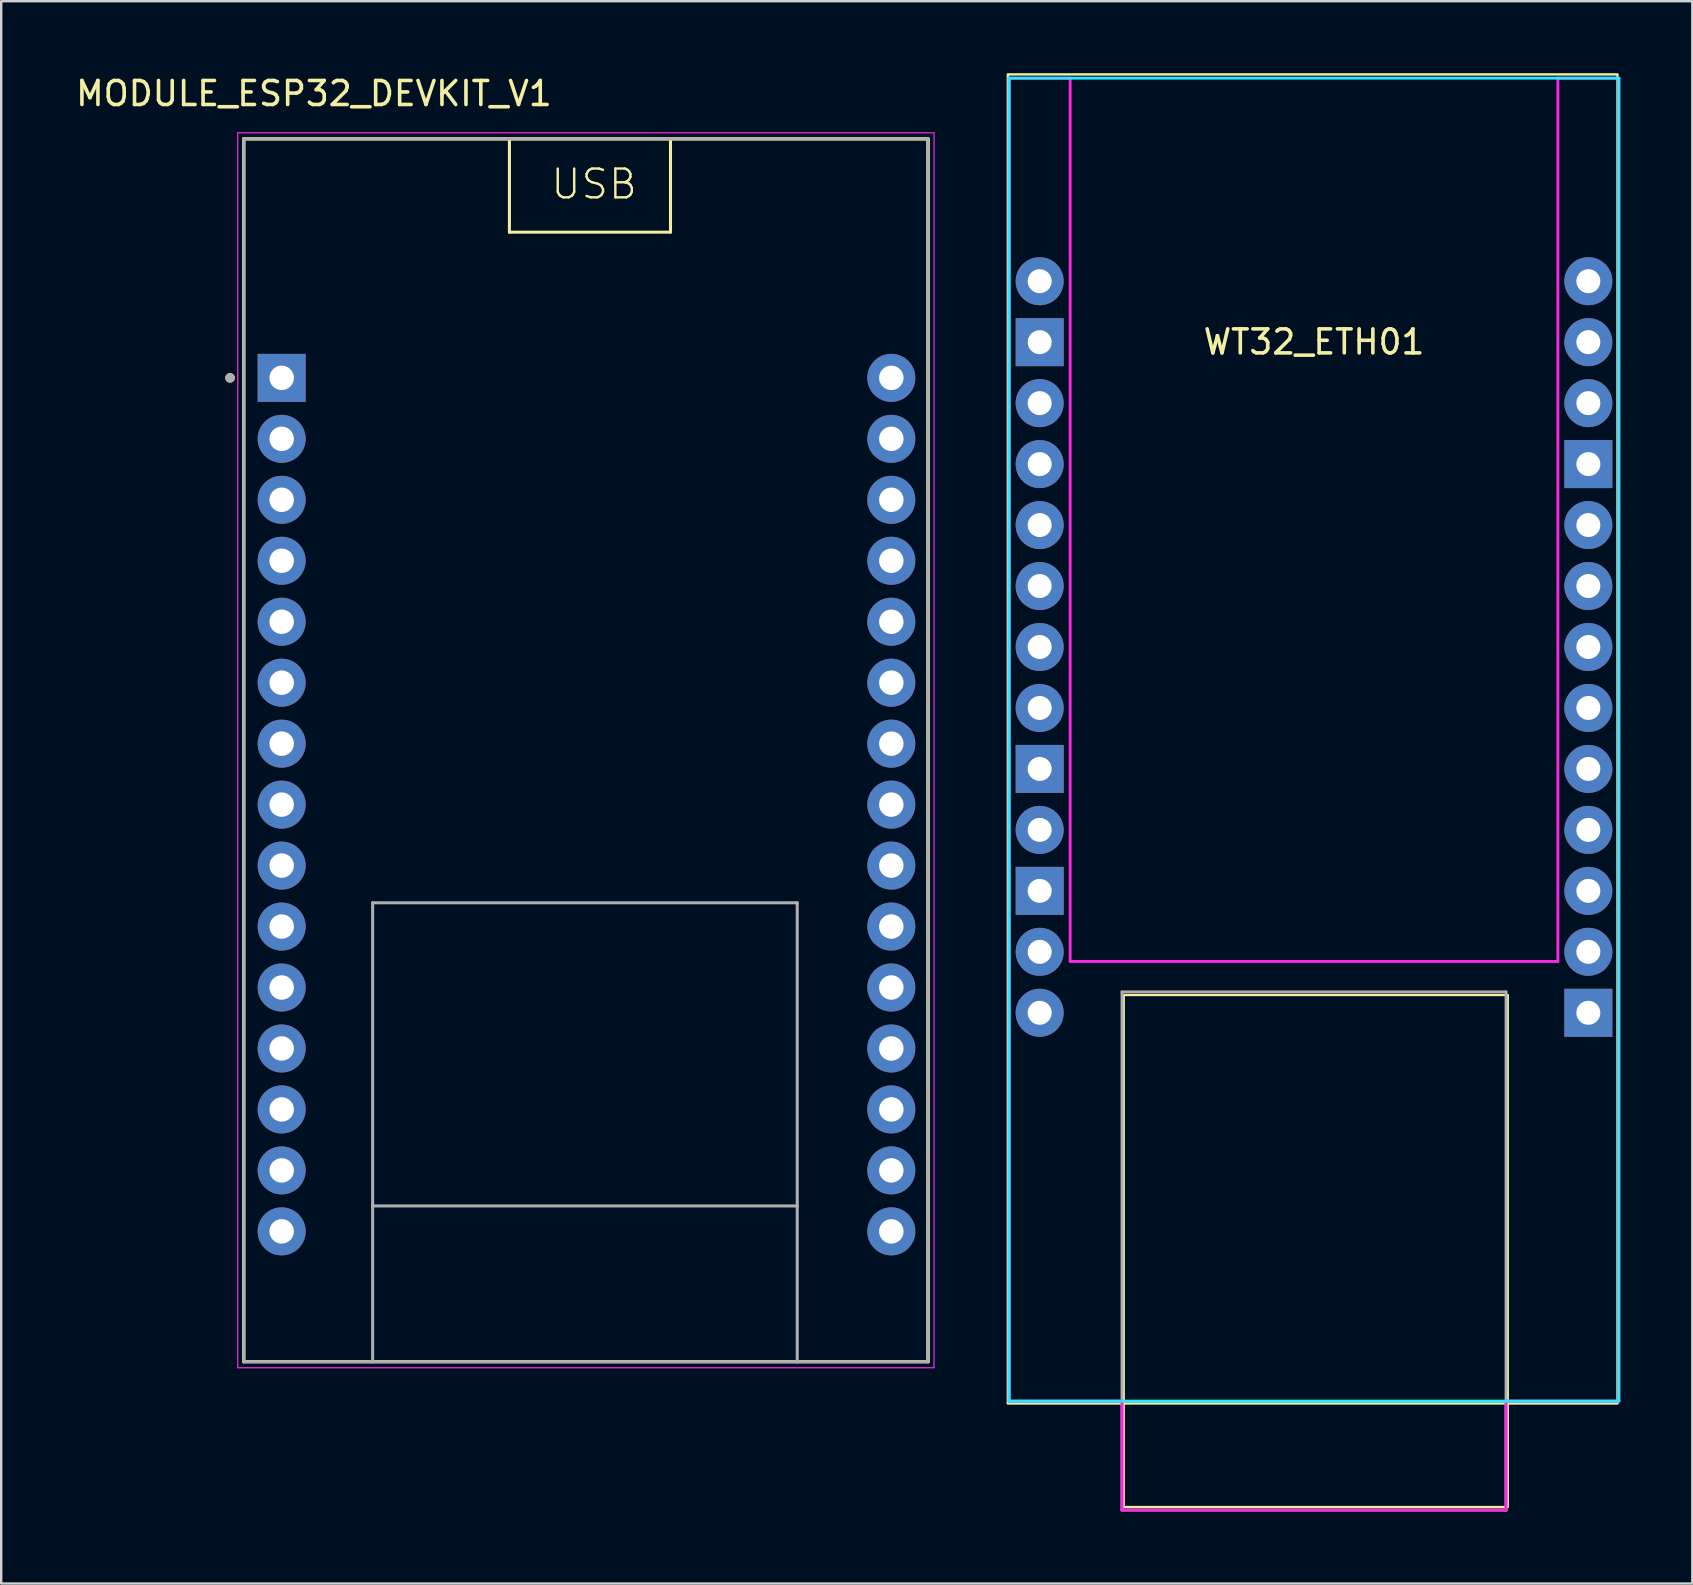
<source format=kicad_pcb>
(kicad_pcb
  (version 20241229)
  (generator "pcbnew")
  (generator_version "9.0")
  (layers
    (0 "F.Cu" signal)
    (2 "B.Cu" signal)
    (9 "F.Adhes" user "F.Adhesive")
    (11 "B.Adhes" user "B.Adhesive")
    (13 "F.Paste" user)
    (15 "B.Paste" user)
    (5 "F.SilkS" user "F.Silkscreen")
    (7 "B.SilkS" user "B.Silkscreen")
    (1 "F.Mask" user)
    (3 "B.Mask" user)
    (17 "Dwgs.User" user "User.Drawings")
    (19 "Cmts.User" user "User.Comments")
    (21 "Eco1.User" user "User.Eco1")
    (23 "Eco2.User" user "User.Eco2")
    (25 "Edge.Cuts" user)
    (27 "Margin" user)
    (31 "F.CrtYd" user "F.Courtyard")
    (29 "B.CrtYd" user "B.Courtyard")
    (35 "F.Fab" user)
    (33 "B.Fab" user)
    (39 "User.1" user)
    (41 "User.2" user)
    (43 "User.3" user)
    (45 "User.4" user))
  (footprint "MODULE_ESP32_DEVKIT_V1"
    (layer "F.Cu")
    (at 21.385 28.208)
    (property "Reference" "MODULE_ESP32_DEVKIT_V1" (at -11.355 -27.36 0) (layer "F.SilkS") (effects (font (size 1 1) (thickness 0.15))))
    (attr through_hole)
    (fp_line (start -14.28 -25.475) (end -3.211 -25.475) (stroke (width 0.127) (type solid)) (layer "F.SilkS"))
    (fp_line (start -14.28 -25.475) (end 14.23 -25.475) (stroke (width 0.127) (type solid)) (layer "F.SilkS"))
    (fp_line (start -14.28 25.475) (end -14.28 -25.475) (stroke (width 0.127) (type solid)) (layer "F.SilkS"))
    (fp_line (start -14.28 25.475) (end -14.28 -25.475) (stroke (width 0.127) (type solid)) (layer "F.SilkS"))
    (fp_line (start -14.28 25.475) (end -8.91 25.475) (stroke (width 0.127) (type solid)) (layer "F.SilkS"))
    (fp_line (start -8.91 25.475) (end 8.78 25.475) (stroke (width 0.127) (type solid)) (layer "F.SilkS"))
    (fp_line (start -3.211 -25.475) (end 3.5 -25.475) (stroke (width 0.127) (type solid)) (layer "F.SilkS"))
    (fp_line (start -3.211 -21.585) (end -3.211 -25.475) (stroke (width 0.127) (type solid)) (layer "F.SilkS"))
    (fp_line (start 3.5 -25.475) (end 3.5 -21.585) (stroke (width 0.127) (type solid)) (layer "F.SilkS"))
    (fp_line (start 3.5 -25.475) (end 14.23 -25.475) (stroke (width 0.127) (type solid)) (layer "F.SilkS"))
    (fp_line (start 3.5 -21.585) (end -3.211 -21.585) (stroke (width 0.127) (type solid)) (layer "F.SilkS"))
    (fp_line (start 8.78 25.475) (end 14.23 25.475) (stroke (width 0.127) (type solid)) (layer "F.SilkS"))
    (fp_line (start 14.23 -25.475) (end 14.23 25.475) (stroke (width 0.127) (type solid)) (layer "F.SilkS"))
    (fp_line (start 14.23 -25.475) (end 14.23 25.475) (stroke (width 0.127) (type solid)) (layer "F.SilkS"))
    (fp_line (start 14.23 25.475) (end -14.28 25.475) (stroke (width 0.127) (type solid)) (layer "F.SilkS"))
    (fp_circle (center -14.85 -15.515) (end -14.75 -15.515) (stroke (width 0.2) (type solid)) (fill no) (layer "F.SilkS"))
    (fp_line (start -14.53 -25.725) (end -14.53 25.725) (stroke (width 0.05) (type solid)) (layer "F.CrtYd"))
    (fp_line (start -14.53 25.725) (end 14.48 25.725) (stroke (width 0.05) (type solid)) (layer "F.CrtYd"))
    (fp_line (start 14.48 -25.725) (end -14.53 -25.725) (stroke (width 0.05) (type solid)) (layer "F.CrtYd"))
    (fp_line (start 14.48 25.725) (end 14.48 -25.725) (stroke (width 0.05) (type solid)) (layer "F.CrtYd"))
    (fp_line (start -14.28 -25.475) (end -3.211 -25.475) (stroke (width 0.127) (type solid)) (layer "F.Fab"))
    (fp_line (start -14.28 25.475) (end -14.28 -25.475) (stroke (width 0.127) (type solid)) (layer "F.Fab"))
    (fp_line (start -14.28 25.475) (end -8.91 25.475) (stroke (width 0.127) (type solid)) (layer "F.Fab"))
    (fp_line (start -8.91 6.355) (end 8.78 6.355) (stroke (width 0.127) (type solid)) (layer "F.Fab"))
    (fp_line (start -8.91 18.985) (end -8.91 6.355) (stroke (width 0.127) (type solid)) (layer "F.Fab"))
    (fp_line (start -8.91 18.985) (end 8.78 18.985) (stroke (width 0.127) (type solid)) (layer "F.Fab"))
    (fp_line (start -8.91 25.475) (end -8.91 18.985) (stroke (width 0.127) (type solid)) (layer "F.Fab"))
    (fp_line (start -8.91 25.475) (end 8.78 25.475) (stroke (width 0.127) (type solid)) (layer "F.Fab"))
    (fp_line (start -3.211 -25.475) (end 3.5 -25.475) (stroke (width 0.127) (type solid)) (layer "F.Fab"))
    (fp_line (start 3.5 -25.475) (end 14.23 -25.475) (stroke (width 0.127) (type solid)) (layer "F.Fab"))
    (fp_line (start 8.78 6.355) (end 8.78 18.985) (stroke (width 0.127) (type solid)) (layer "F.Fab"))
    (fp_line (start 8.78 18.985) (end 8.78 25.475) (stroke (width 0.127) (type solid)) (layer "F.Fab"))
    (fp_line (start 8.78 25.475) (end 14.23 25.475) (stroke (width 0.127) (type solid)) (layer "F.Fab"))
    (fp_line (start 14.23 -25.475) (end 14.23 25.475) (stroke (width 0.127) (type solid)) (layer "F.Fab"))
    (fp_circle (center -14.85 -15.515) (end -14.75 -15.515) (stroke (width 0.2) (type solid)) (fill no) (layer "F.Fab"))
    (fp_text user "USB" (at -1.549 -22.885 0) (unlocked yes) (layer "F.SilkS") (effects (font (size 1.2 1.2) (thickness 0.1)) (justify left bottom)))
    (pad "1" thru_hole rect (at -12.7 -15.515) (size 2 2) (drill 1.02) (layers "*.Cu" "*.Mask"))
    (pad "2" thru_hole circle (at -12.7 -12.975) (size 2 2) (drill 1.02) (layers "*.Cu" "*.Mask"))
    (pad "3" thru_hole circle (at -12.7 -10.435) (size 2 2) (drill 1.02) (layers "*.Cu" "*.Mask"))
    (pad "4" thru_hole circle (at -12.7 -7.895) (size 2 2) (drill 1.02) (layers "*.Cu" "*.Mask"))
    (pad "5" thru_hole circle (at -12.7 -5.355) (size 2 2) (drill 1.02) (layers "*.Cu" "*.Mask"))
    (pad "6" thru_hole circle (at -12.7 -2.815) (size 2 2) (drill 1.02) (layers "*.Cu" "*.Mask"))
    (pad "7" thru_hole circle (at -12.7 -0.275) (size 2 2) (drill 1.02) (layers "*.Cu" "*.Mask"))
    (pad "8" thru_hole circle (at -12.7 2.265) (size 2 2) (drill 1.02) (layers "*.Cu" "*.Mask"))
    (pad "9" thru_hole circle (at -12.7 4.805) (size 2 2) (drill 1.02) (layers "*.Cu" "*.Mask"))
    (pad "10" thru_hole circle (at -12.7 7.345) (size 2 2) (drill 1.02) (layers "*.Cu" "*.Mask"))
    (pad "11" thru_hole circle (at -12.7 9.885) (size 2 2) (drill 1.02) (layers "*.Cu" "*.Mask"))
    (pad "12" thru_hole circle (at -12.7 12.425) (size 2 2) (drill 1.02) (layers "*.Cu" "*.Mask"))
    (pad "13" thru_hole circle (at -12.7 14.965) (size 2 2) (drill 1.02) (layers "*.Cu" "*.Mask"))
    (pad "14" thru_hole circle (at -12.7 17.505) (size 2 2) (drill 1.02) (layers "*.Cu" "*.Mask"))
    (pad "15" thru_hole circle (at -12.7 20.045) (size 2 2) (drill 1.02) (layers "*.Cu" "*.Mask"))
    (pad "16" thru_hole circle (at 12.7 20.045) (size 2 2) (drill 1.02) (layers "*.Cu" "*.Mask"))
    (pad "17" thru_hole circle (at 12.7 17.505) (size 2 2) (drill 1.02) (layers "*.Cu" "*.Mask"))
    (pad "18" thru_hole circle (at 12.7 14.965) (size 2 2) (drill 1.02) (layers "*.Cu" "*.Mask"))
    (pad "19" thru_hole circle (at 12.7 12.425) (size 2 2) (drill 1.02) (layers "*.Cu" "*.Mask"))
    (pad "20" thru_hole circle (at 12.7 9.885) (size 2 2) (drill 1.02) (layers "*.Cu" "*.Mask"))
    (pad "21" thru_hole circle (at 12.7 7.345) (size 2 2) (drill 1.02) (layers "*.Cu" "*.Mask"))
    (pad "22" thru_hole circle (at 12.7 4.805) (size 2 2) (drill 1.02) (layers "*.Cu" "*.Mask"))
    (pad "23" thru_hole circle (at 12.7 2.265) (size 2 2) (drill 1.02) (layers "*.Cu" "*.Mask"))
    (pad "24" thru_hole circle (at 12.7 -0.275) (size 2 2) (drill 1.02) (layers "*.Cu" "*.Mask"))
    (pad "25" thru_hole circle (at 12.7 -2.815) (size 2 2) (drill 1.02) (layers "*.Cu" "*.Mask"))
    (pad "26" thru_hole circle (at 12.7 -5.355) (size 2 2) (drill 1.02) (layers "*.Cu" "*.Mask"))
    (pad "27" thru_hole circle (at 12.7 -7.895) (size 2 2) (drill 1.02) (layers "*.Cu" "*.Mask"))
    (pad "28" thru_hole circle (at 12.7 -10.435) (size 2 2) (drill 1.02) (layers "*.Cu" "*.Mask"))
    (pad "29" thru_hole circle (at 12.7 -12.975) (size 2 2) (drill 1.02) (layers "*.Cu" "*.Mask"))
    (pad "30" thru_hole circle (at 12.7 -15.515) (size 2 2) (drill 1.02) (layers "*.Cu" "*.Mask"))
    (zone (net_name "") (layer "F.Cu") (hatch full 0.508) (connect_pads) (min_thickness 0.01) (filled_areas_thickness no) (keepout (tracks not_allowed) (vias not_allowed) (pads not_allowed) (copperpour not_allowed) (footprints allowed)) (placement (enabled no)) (fill) (polygon (pts (xy 12.475 47.193) (xy 30.165 47.193) (xy 30.165 53.683) (xy 12.475 53.683))))
    (zone (net_name "") (layers "F.Cu" "B.Cu") (hatch full 0.508) (connect_pads) (min_thickness 0.01) (filled_areas_thickness no) (keepout (tracks allowed) (vias not_allowed) (pads allowed) (copperpour allowed) (footprints allowed)) (placement (enabled no)) (fill) (polygon (pts (xy 12.475 47.193) (xy 30.165 47.193) (xy 30.165 53.683) (xy 12.475 53.683))))
    (zone (net_name "") (layer "B.Cu") (hatch full 0.508) (connect_pads) (min_thickness 0.01) (filled_areas_thickness no) (keepout (tracks not_allowed) (vias not_allowed) (pads not_allowed) (copperpour not_allowed) (footprints allowed)) (placement (enabled no)) (fill) (polygon (pts (xy 12.475 47.193) (xy 30.165 47.193) (xy 30.165 53.683) (xy 12.475 53.683)))))
  (footprint "WT32_ETH01"
    (layer "F.Cu")
    (at 52.402 4.876)
    (property "Reference" "WT32_ETH01" (at -0.706 6.32 0) (layer "F.SilkS") (effects (font (size 1 1) (thickness 0.15))))
    (attr through_hole)
    (fp_rect (start -13.462 -4.826) (end 11.938 50.546) (stroke (width 0.1) (type default)) (fill no) (layer "F.SilkS"))
    (fp_rect (start -8.636 33.528) (end 7.366 54.864) (stroke (width 0.1) (type default)) (fill no) (layer "F.SilkS"))
    (fp_line (start -13.406 -4.67) (end 11.994 -4.67) (stroke (width 0.12) (type solid)) (layer "B.CrtYd"))
    (fp_line (start -13.406 50.45) (end -13.406 -4.67) (stroke (width 0.12) (type solid)) (layer "B.CrtYd"))
    (fp_line (start 11.994 -4.67) (end 11.994 50.45) (stroke (width 0.12) (type solid)) (layer "B.CrtYd"))
    (fp_line (start 11.994 50.45) (end -13.406 50.45) (stroke (width 0.12) (type solid)) (layer "B.CrtYd"))
    (fp_line (start -13.406 50.45) (end -13.406 -4.67) (stroke (width 0.12) (type solid)) (layer "F.CrtYd"))
    (fp_line (start -10.866 -4.67) (end -13.406 -4.67) (stroke (width 0.12) (type solid)) (layer "F.CrtYd"))
    (fp_line (start -10.866 -4.67) (end -10.866 32.13) (stroke (width 0.12) (type solid)) (layer "F.CrtYd"))
    (fp_line (start -8.706 50.45) (end -13.406 50.45) (stroke (width 0.12) (type solid)) (layer "F.CrtYd"))
    (fp_line (start -8.706 50.45) (end -8.706 54.99) (stroke (width 0.12) (type solid)) (layer "F.CrtYd"))
    (fp_line (start -8.706 54.99) (end 7.294 54.99) (stroke (width 0.12) (type solid)) (layer "F.CrtYd"))
    (fp_line (start 7.294 50.45) (end 7.294 54.99) (stroke (width 0.12) (type solid)) (layer "F.CrtYd"))
    (fp_line (start 9.454 -4.67) (end 9.454 32.13) (stroke (width 0.12) (type solid)) (layer "F.CrtYd"))
    (fp_line (start 9.454 -4.67) (end 11.994 -4.67) (stroke (width 0.12) (type solid)) (layer "F.CrtYd"))
    (fp_line (start 9.454 32.13) (end -10.866 32.13) (stroke (width 0.12) (type solid)) (layer "F.CrtYd"))
    (fp_line (start 11.994 -4.67) (end 11.994 50.45) (stroke (width 0.12) (type solid)) (layer "F.CrtYd"))
    (fp_line (start 11.994 50.45) (end 7.294 50.45) (stroke (width 0.12) (type solid)) (layer "F.CrtYd"))
    (fp_line (start -8.706 33.4) (end -8.706 54.99) (stroke (width 0.12) (type solid)) (layer "F.Fab"))
    (fp_line (start -8.706 33.4) (end 7.294 33.4) (stroke (width 0.12) (type solid)) (layer "F.Fab"))
    (fp_line (start -8.706 54.99) (end 7.294 54.99) (stroke (width 0.12) (type solid)) (layer "F.Fab"))
    (fp_line (start 7.294 33.4) (end 7.294 54.99) (stroke (width 0.12) (type solid)) (layer "F.Fab"))
    (pad "1" thru_hole circle (at -12.136 3.79) (size 2 2) (drill 1) (layers "*.Cu" "*.Mask"))
    (pad "2" thru_hole rect (at -12.136 6.33) (size 2 2) (drill 1) (layers "*.Cu" "*.Mask"))
    (pad "3" thru_hole circle (at -12.136 8.87) (size 2 2) (drill 1) (layers "*.Cu" "*.Mask"))
    (pad "4" thru_hole circle (at -12.136 11.41) (size 2 2) (drill 1) (layers "*.Cu" "*.Mask"))
    (pad "5" thru_hole circle (at -12.136 13.95) (size 2 2) (drill 1) (layers "*.Cu" "*.Mask"))
    (pad "6" thru_hole circle (at -12.136 16.49) (size 2 2) (drill 1) (layers "*.Cu" "*.Mask"))
    (pad "7" thru_hole circle (at -12.136 19.03) (size 2 2) (drill 1) (layers "*.Cu" "*.Mask"))
    (pad "8" thru_hole circle (at -12.136 21.57) (size 2 2) (drill 1) (layers "*.Cu" "*.Mask"))
    (pad "9" thru_hole rect (at -12.136 24.11) (size 2 2) (drill 1) (layers "*.Cu" "*.Mask"))
    (pad "10" thru_hole circle (at -12.136 26.65) (size 2 2) (drill 1) (layers "*.Cu" "*.Mask"))
    (pad "11" thru_hole rect (at -12.136 29.19) (size 2 2) (drill 1) (layers "*.Cu" "*.Mask"))
    (pad "12" thru_hole circle (at -12.136 31.73) (size 2 2) (drill 1) (layers "*.Cu" "*.Mask"))
    (pad "13" thru_hole circle (at -12.136 34.27) (size 2 2) (drill 1) (layers "*.Cu" "*.Mask"))
    (pad "14" thru_hole circle (at 10.724 3.79) (size 2 2) (drill 1) (layers "*.Cu" "*.Mask"))
    (pad "15" thru_hole circle (at 10.724 6.33) (size 2 2) (drill 1) (layers "*.Cu" "*.Mask"))
    (pad "16" thru_hole circle (at 10.724 8.87) (size 2 2) (drill 1) (layers "*.Cu" "*.Mask"))
    (pad "17" thru_hole rect (at 10.724 11.41) (size 2 2) (drill 1) (layers "*.Cu" "*.Mask"))
    (pad "18" thru_hole circle (at 10.724 13.95) (size 2 2) (drill 1) (layers "*.Cu" "*.Mask"))
    (pad "19" thru_hole circle (at 10.724 16.49) (size 2 2) (drill 1) (layers "*.Cu" "*.Mask"))
    (pad "20" thru_hole circle (at 10.724 19.03) (size 2 2) (drill 1) (layers "*.Cu" "*.Mask"))
    (pad "21" thru_hole circle (at 10.724 21.57) (size 2 2) (drill 1) (layers "*.Cu" "*.Mask"))
    (pad "22" thru_hole circle (at 10.724 24.11) (size 2 2) (drill 1) (layers "*.Cu" "*.Mask"))
    (pad "23" thru_hole circle (at 10.724 26.65) (size 2 2) (drill 1) (layers "*.Cu" "*.Mask"))
    (pad "24" thru_hole circle (at 10.724 29.19) (size 2 2) (drill 1) (layers "*.Cu" "*.Mask"))
    (pad "25" thru_hole circle (at 10.724 31.73) (size 2 2) (drill 1) (layers "*.Cu" "*.Mask"))
    (pad "26" thru_hole rect (at 10.724 34.27) (size 2 2) (drill 1) (layers "*.Cu" "*.Mask")))
  (gr_rect
    (start -3 -3)
    (end 67.456 62.926)
    (stroke (width 0.1) (type default))
    (fill no)
    (layer "Edge.Cuts")))
</source>
